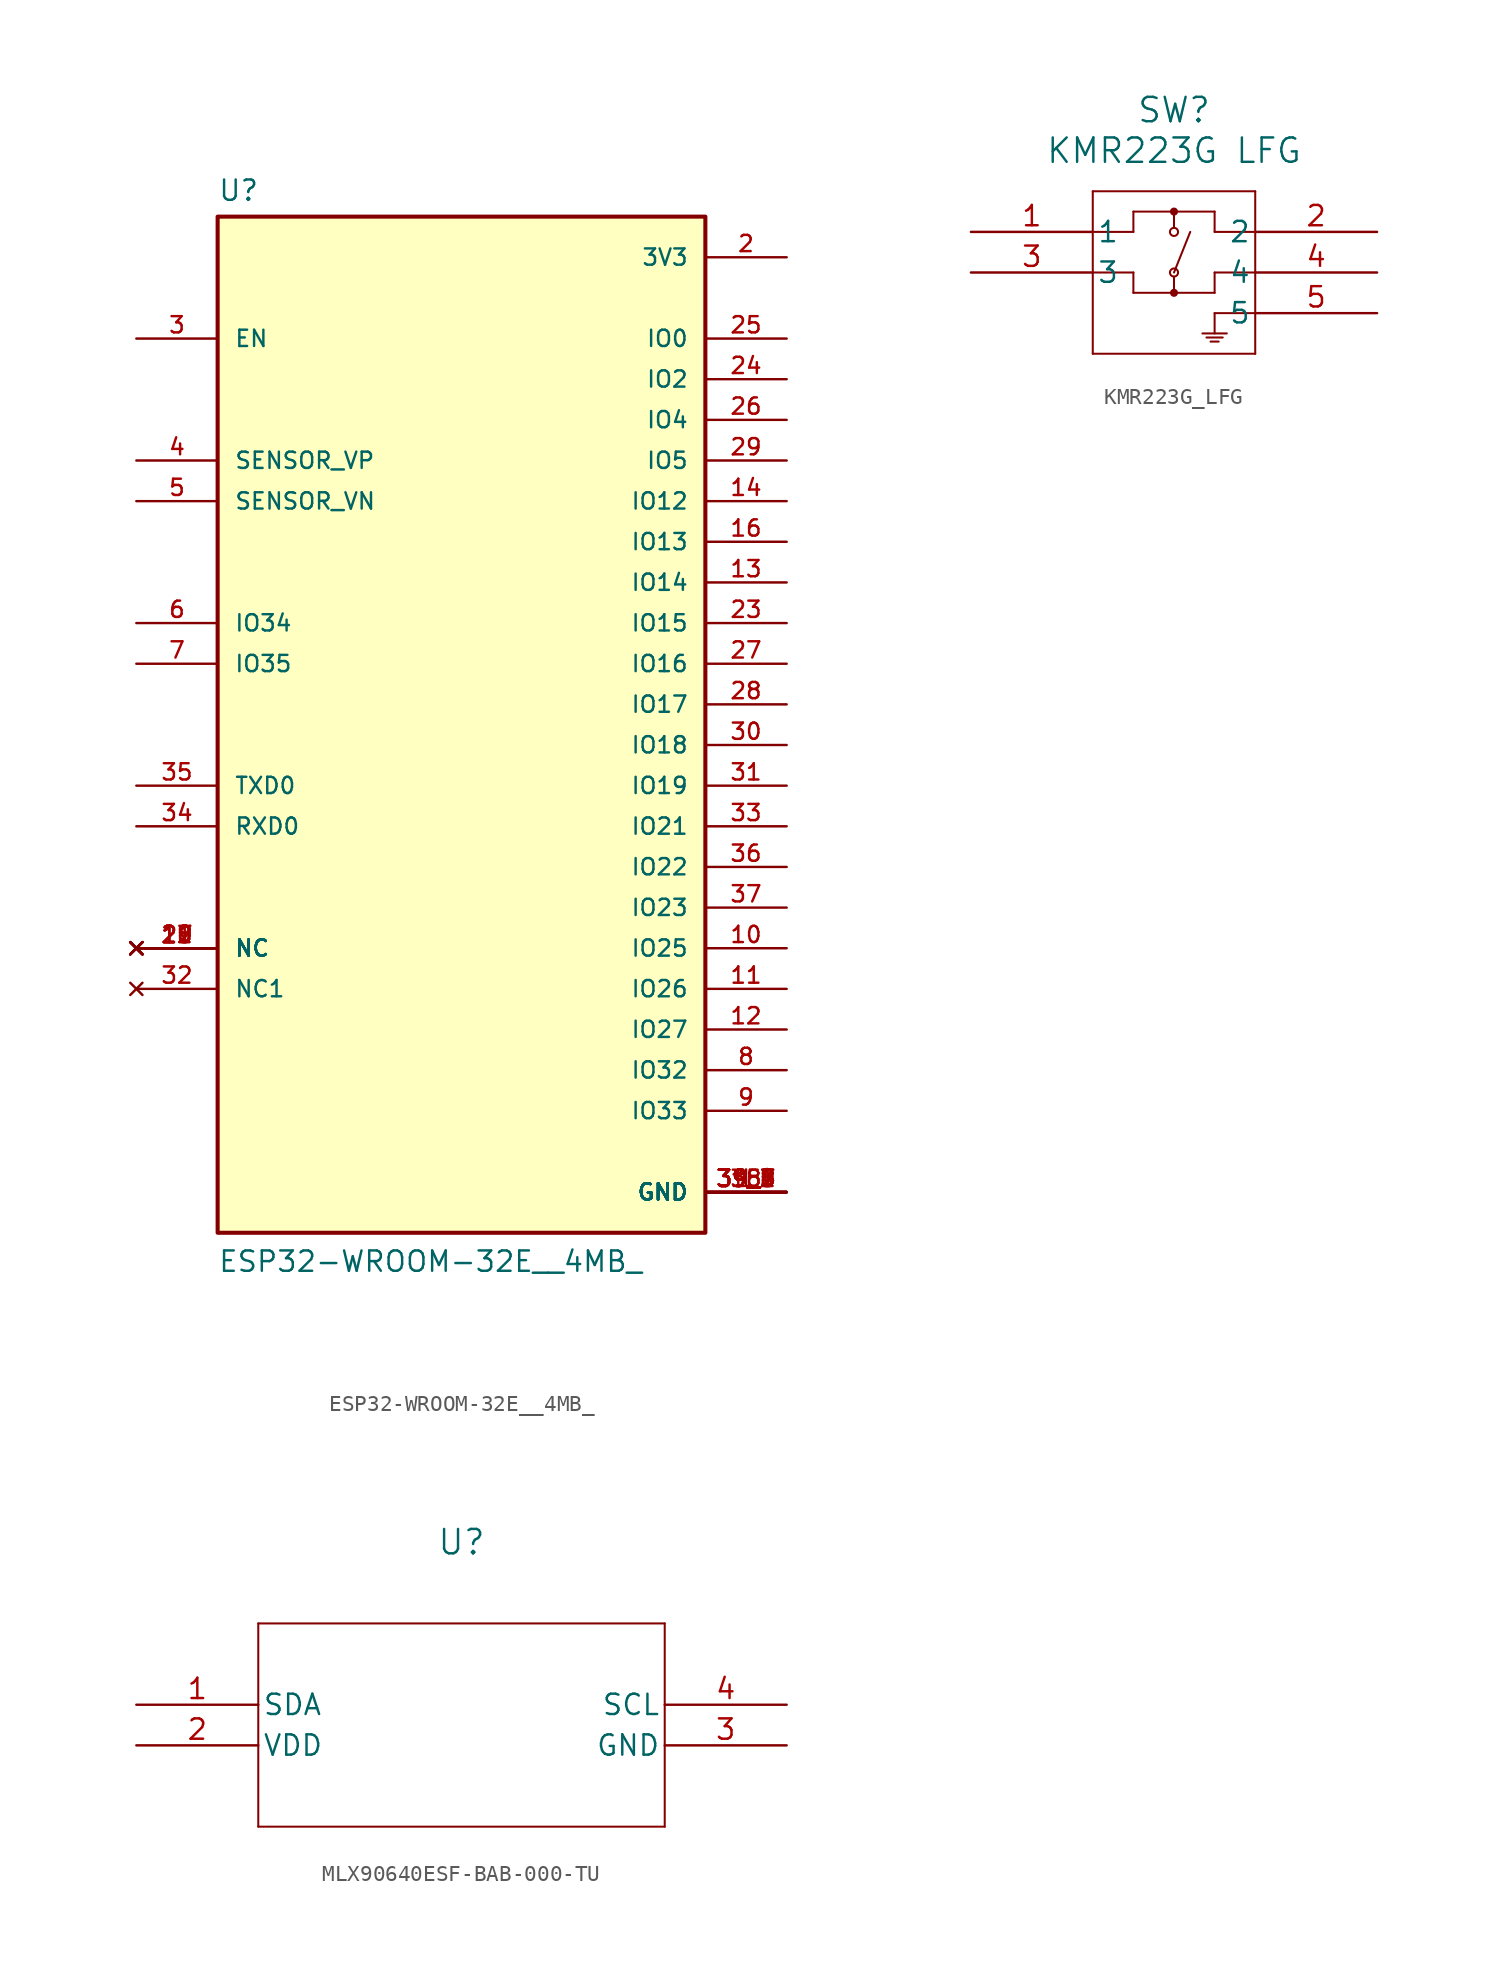
<source format=kicad_sym>
(kicad_symbol_lib
  (version 20220914)
  (generator kicad_symbol_editor)
  (symbol "ESP32-WROOM-32E__4MB_"
    (pin_names
      (offset 1.016))
    (property "Reference" "U"
      (at -15.24 33.909 0)
      (effects (font (size 1.27 1.27)) (justify left bottom)))
    (property "Value" "ESP32-WROOM-32E__4MB_"
      (at -15.24 -33.02 0)
      (effects (font (size 1.27 1.27)) (justify left bottom)))
    (symbol "ESP32-WROOM-32E__4MB__0_0"
      (rectangle (start -15.24 -30.48) (end 15.24 33.02) (stroke (width 0.254) (type default)) (fill (type background)))
      (pin power_in line (at 20.32 -27.94 180) (length 5.08) (name "GND" (effects (font (size 1.016 1.016)))) (number "1" (effects (font (size 1.016 1.016)))))
      (pin bidirectional line (at 20.32 -12.7 180) (length 5.08) (name "IO25" (effects (font (size 1.016 1.016)))) (number "10" (effects (font (size 1.016 1.016)))))
      (pin bidirectional line (at 20.32 -15.24 180) (length 5.08) (name "IO26" (effects (font (size 1.016 1.016)))) (number "11" (effects (font (size 1.016 1.016)))))
      (pin bidirectional line (at 20.32 -17.78 180) (length 5.08) (name "IO27" (effects (font (size 1.016 1.016)))) (number "12" (effects (font (size 1.016 1.016)))))
      (pin bidirectional line (at 20.32 10.16 180) (length 5.08) (name "IO14" (effects (font (size 1.016 1.016)))) (number "13" (effects (font (size 1.016 1.016)))))
      (pin bidirectional line (at 20.32 15.24 180) (length 5.08) (name "IO12" (effects (font (size 1.016 1.016)))) (number "14" (effects (font (size 1.016 1.016)))))
      (pin power_in line (at 20.32 -27.94 180) (length 5.08) (name "GND" (effects (font (size 1.016 1.016)))) (number "15" (effects (font (size 1.016 1.016)))))
      (pin bidirectional line (at 20.32 12.7 180) (length 5.08) (name "IO13" (effects (font (size 1.016 1.016)))) (number "16" (effects (font (size 1.016 1.016)))))
      (pin no_connect line (at -20.32 -12.7 0) (length 5.08) (name "NC" (effects (font (size 1.016 1.016)))) (number "17" (effects (font (size 1.016 1.016)))))
      (pin no_connect line (at -20.32 -12.7 0) (length 5.08) (name "NC" (effects (font (size 1.016 1.016)))) (number "18" (effects (font (size 1.016 1.016)))))
      (pin no_connect line (at -20.32 -12.7 0) (length 5.08) (name "NC" (effects (font (size 1.016 1.016)))) (number "19" (effects (font (size 1.016 1.016)))))
      (pin power_in line (at 20.32 30.48 180) (length 5.08) (name "3V3" (effects (font (size 1.016 1.016)))) (number "2" (effects (font (size 1.016 1.016)))))
      (pin no_connect line (at -20.32 -12.7 0) (length 5.08) (name "NC" (effects (font (size 1.016 1.016)))) (number "20" (effects (font (size 1.016 1.016)))))
      (pin no_connect line (at -20.32 -12.7 0) (length 5.08) (name "NC" (effects (font (size 1.016 1.016)))) (number "21" (effects (font (size 1.016 1.016)))))
      (pin no_connect line (at -20.32 -12.7 0) (length 5.08) (name "NC" (effects (font (size 1.016 1.016)))) (number "22" (effects (font (size 1.016 1.016)))))
      (pin bidirectional line (at 20.32 7.62 180) (length 5.08) (name "IO15" (effects (font (size 1.016 1.016)))) (number "23" (effects (font (size 1.016 1.016)))))
      (pin bidirectional line (at 20.32 22.86 180) (length 5.08) (name "IO2" (effects (font (size 1.016 1.016)))) (number "24" (effects (font (size 1.016 1.016)))))
      (pin bidirectional line (at 20.32 25.4 180) (length 5.08) (name "IO0" (effects (font (size 1.016 1.016)))) (number "25" (effects (font (size 1.016 1.016)))))
      (pin bidirectional line (at 20.32 20.32 180) (length 5.08) (name "IO4" (effects (font (size 1.016 1.016)))) (number "26" (effects (font (size 1.016 1.016)))))
      (pin bidirectional line (at 20.32 5.08 180) (length 5.08) (name "IO16" (effects (font (size 1.016 1.016)))) (number "27" (effects (font (size 1.016 1.016)))))
      (pin bidirectional line (at 20.32 2.54 180) (length 5.08) (name "IO17" (effects (font (size 1.016 1.016)))) (number "28" (effects (font (size 1.016 1.016)))))
      (pin bidirectional line (at 20.32 17.78 180) (length 5.08) (name "IO5" (effects (font (size 1.016 1.016)))) (number "29" (effects (font (size 1.016 1.016)))))
      (pin input line (at -20.32 25.4 0) (length 5.08) (name "EN" (effects (font (size 1.016 1.016)))) (number "3" (effects (font (size 1.016 1.016)))))
      (pin bidirectional line (at 20.32 0 180) (length 5.08) (name "IO18" (effects (font (size 1.016 1.016)))) (number "30" (effects (font (size 1.016 1.016)))))
      (pin bidirectional line (at 20.32 -2.54 180) (length 5.08) (name "IO19" (effects (font (size 1.016 1.016)))) (number "31" (effects (font (size 1.016 1.016)))))
      (pin no_connect line (at -20.32 -15.24 0) (length 5.08) (name "NC1" (effects (font (size 1.016 1.016)))) (number "32" (effects (font (size 1.016 1.016)))))
      (pin bidirectional line (at 20.32 -5.08 180) (length 5.08) (name "IO21" (effects (font (size 1.016 1.016)))) (number "33" (effects (font (size 1.016 1.016)))))
      (pin bidirectional line (at -20.32 -5.08 0) (length 5.08) (name "RXD0" (effects (font (size 1.016 1.016)))) (number "34" (effects (font (size 1.016 1.016)))))
      (pin bidirectional line (at -20.32 -2.54 0) (length 5.08) (name "TXD0" (effects (font (size 1.016 1.016)))) (number "35" (effects (font (size 1.016 1.016)))))
      (pin bidirectional line (at 20.32 -7.62 180) (length 5.08) (name "IO22" (effects (font (size 1.016 1.016)))) (number "36" (effects (font (size 1.016 1.016)))))
      (pin bidirectional line (at 20.32 -10.16 180) (length 5.08) (name "IO23" (effects (font (size 1.016 1.016)))) (number "37" (effects (font (size 1.016 1.016)))))
      (pin power_in line (at 20.32 -27.94 180) (length 5.08) (name "GND" (effects (font (size 1.016 1.016)))) (number "38" (effects (font (size 1.016 1.016)))))
      (pin power_in line (at 20.32 -27.94 180) (length 5.08) (name "GND" (effects (font (size 1.016 1.016)))) (number "39_1" (effects (font (size 1.016 1.016)))))
      (pin power_in line (at 20.32 -27.94 180) (length 5.08) (name "GND" (effects (font (size 1.016 1.016)))) (number "39_2" (effects (font (size 1.016 1.016)))))
      (pin power_in line (at 20.32 -27.94 180) (length 5.08) (name "GND" (effects (font (size 1.016 1.016)))) (number "39_3" (effects (font (size 1.016 1.016)))))
      (pin power_in line (at 20.32 -27.94 180) (length 5.08) (name "GND" (effects (font (size 1.016 1.016)))) (number "39_4" (effects (font (size 1.016 1.016)))))
      (pin power_in line (at 20.32 -27.94 180) (length 5.08) (name "GND" (effects (font (size 1.016 1.016)))) (number "39_5" (effects (font (size 1.016 1.016)))))
      (pin power_in line (at 20.32 -27.94 180) (length 5.08) (name "GND" (effects (font (size 1.016 1.016)))) (number "39_6" (effects (font (size 1.016 1.016)))))
      (pin power_in line (at 20.32 -27.94 180) (length 5.08) (name "GND" (effects (font (size 1.016 1.016)))) (number "39_7" (effects (font (size 1.016 1.016)))))
      (pin power_in line (at 20.32 -27.94 180) (length 5.08) (name "GND" (effects (font (size 1.016 1.016)))) (number "39_8" (effects (font (size 1.016 1.016)))))
      (pin power_in line (at 20.32 -27.94 180) (length 5.08) (name "GND" (effects (font (size 1.016 1.016)))) (number "39_9" (effects (font (size 1.016 1.016)))))
      (pin input line (at -20.32 17.78 0) (length 5.08) (name "SENSOR_VP" (effects (font (size 1.016 1.016)))) (number "4" (effects (font (size 1.016 1.016)))))
      (pin input line (at -20.32 15.24 0) (length 5.08) (name "SENSOR_VN" (effects (font (size 1.016 1.016)))) (number "5" (effects (font (size 1.016 1.016)))))
      (pin input line (at -20.32 7.62 0) (length 5.08) (name "IO34" (effects (font (size 1.016 1.016)))) (number "6" (effects (font (size 1.016 1.016)))))
      (pin input line (at -20.32 5.08 0) (length 5.08) (name "IO35" (effects (font (size 1.016 1.016)))) (number "7" (effects (font (size 1.016 1.016)))))
      (pin bidirectional line (at 20.32 -20.32 180) (length 5.08) (name "IO32" (effects (font (size 1.016 1.016)))) (number "8" (effects (font (size 1.016 1.016)))))
      (pin bidirectional line (at 20.32 -22.86 180) (length 5.08) (name "IO33" (effects (font (size 1.016 1.016)))) (number "9" (effects (font (size 1.016 1.016)))))))
  (symbol "KMR223G_LFG"
    (pin_names
      (offset 0.254))
    (property "Reference" "SW"
      (at 12.7 7.62 0)
      (effects (font (size 1.524 1.524))))
    (property "Value" "KMR223G LFG"
      (at 12.7 5.08 0)
      (effects (font (size 1.524 1.524))))
    (property "ki_locked" ""
      (at 0 0 0)
      (effects (font (size 1.27 1.27))))
    (symbol "KMR223G_LFG_0_1"
      (polyline (pts (xy 7.62 -7.62) (xy 17.78 -7.62)) (stroke (width 0.127) (type default)) (fill (type none)))
      (polyline (pts (xy 7.62 0) (xy 10.16 0)) (stroke (width 0.127) (type default)) (fill (type none)))
      (polyline (pts (xy 7.62 2.54) (xy 7.62 -7.62)) (stroke (width 0.127) (type default)) (fill (type none)))
      (polyline (pts (xy 10.16 -3.81) (xy 10.16 -2.54)) (stroke (width 0.127) (type default)) (fill (type none)))
      (polyline (pts (xy 10.16 -2.54) (xy 7.62 -2.54)) (stroke (width 0.127) (type default)) (fill (type none)))
      (polyline (pts (xy 10.16 0) (xy 10.16 1.27)) (stroke (width 0.127) (type default)) (fill (type none)))
      (polyline (pts (xy 10.16 1.27) (xy 15.24 1.27)) (stroke (width 0.127) (type default)) (fill (type none)))
      (polyline (pts (xy 12.7 -2.794) (xy 12.7 -3.81)) (stroke (width 0.127) (type default)) (fill (type none)))
      (polyline (pts (xy 12.7 1.27) (xy 12.7 0.254)) (stroke (width 0.127) (type default)) (fill (type none)))
      (polyline (pts (xy 13.716 0) (xy 12.7 -2.54)) (stroke (width 0.127) (type default)) (fill (type none)))
      (polyline (pts (xy 14.478 -6.35) (xy 16.002 -6.35)) (stroke (width 0.127) (type default)) (fill (type none)))
      (polyline (pts (xy 14.986 -6.858) (xy 15.494 -6.858)) (stroke (width 0.127) (type default)) (fill (type none)))
      (polyline (pts (xy 15.24 -5.08) (xy 15.24 -6.35)) (stroke (width 0.127) (type default)) (fill (type none)))
      (polyline (pts (xy 15.24 -3.81) (xy 10.16 -3.81)) (stroke (width 0.127) (type default)) (fill (type none)))
      (polyline (pts (xy 15.24 -2.54) (xy 15.24 -3.81)) (stroke (width 0.127) (type default)) (fill (type none)))
      (polyline (pts (xy 15.24 0) (xy 17.78 0)) (stroke (width 0.127) (type default)) (fill (type none)))
      (polyline (pts (xy 15.24 1.27) (xy 15.24 0)) (stroke (width 0.127) (type default)) (fill (type none)))
      (polyline (pts (xy 15.748 -6.604) (xy 14.732 -6.604)) (stroke (width 0.127) (type default)) (fill (type none)))
      (polyline (pts (xy 17.78 -7.62) (xy 17.78 2.54)) (stroke (width 0.127) (type default)) (fill (type none)))
      (polyline (pts (xy 17.78 -5.08) (xy 15.24 -5.08)) (stroke (width 0.127) (type default)) (fill (type none)))
      (polyline (pts (xy 17.78 -2.54) (xy 15.24 -2.54)) (stroke (width 0.127) (type default)) (fill (type none)))
      (polyline (pts (xy 17.78 2.54) (xy 7.62 2.54)) (stroke (width 0.127) (type default)) (fill (type none)))
      (circle (center 12.7 -3.81) (radius 0.127) (stroke (width 0.254) (type default)) (fill (type none)))
      (circle (center 12.7 -2.54) (radius 0.254) (stroke (width 0.127) (type default)) (fill (type none)))
      (circle (center 12.7 0) (radius 0.254) (stroke (width 0.127) (type default)) (fill (type none)))
      (circle (center 12.7 1.27) (radius 0.127) (stroke (width 0.254) (type default)) (fill (type none)))
      (pin unspecified line (at 0 0 0) (length 7.62) (name "1" (effects (font (size 1.27 1.27)))) (number "1" (effects (font (size 1.27 1.27)))))
      (pin unspecified line (at 25.4 0 180) (length 7.62) (name "2" (effects (font (size 1.27 1.27)))) (number "2" (effects (font (size 1.27 1.27)))))
      (pin unspecified line (at 0 -2.54 0) (length 7.62) (name "3" (effects (font (size 1.27 1.27)))) (number "3" (effects (font (size 1.27 1.27)))))
      (pin unspecified line (at 25.4 -2.54 180) (length 7.62) (name "4" (effects (font (size 1.27 1.27)))) (number "4" (effects (font (size 1.27 1.27)))))
      (pin unspecified line (at 25.4 -5.08 180) (length 7.62) (name "5" (effects (font (size 1.27 1.27)))) (number "5" (effects (font (size 1.27 1.27)))))))
  (symbol "MLX90640ESF-BAB-000-TU"
    (pin_names
      (offset 0.254))
    (property "Reference" "U"
      (at 20.32 10.16 0)
      (effects (font (size 1.524 1.524))))
    (property "ki_locked" ""
      (at 0 0 0)
      (effects (font (size 1.27 1.27))))
    (symbol "MLX90640ESF-BAB-000-TU_0_1"
      (polyline (pts (xy 7.62 -7.62) (xy 33.02 -7.62)) (stroke (width 0.127) (type default)) (fill (type none)))
      (polyline (pts (xy 7.62 5.08) (xy 7.62 -7.62)) (stroke (width 0.127) (type default)) (fill (type none)))
      (polyline (pts (xy 33.02 -7.62) (xy 33.02 5.08)) (stroke (width 0.127) (type default)) (fill (type none)))
      (polyline (pts (xy 33.02 5.08) (xy 7.62 5.08)) (stroke (width 0.127) (type default)) (fill (type none)))
      (pin bidirectional line (at 0 0 0) (length 7.62) (name "SDA" (effects (font (size 1.27 1.27)))) (number "1" (effects (font (size 1.27 1.27)))))
      (pin power_in line (at 0 -2.54 0) (length 7.62) (name "VDD" (effects (font (size 1.27 1.27)))) (number "2" (effects (font (size 1.27 1.27)))))
      (pin power_out line (at 40.64 -2.54 180) (length 7.62) (name "GND" (effects (font (size 1.27 1.27)))) (number "3" (effects (font (size 1.27 1.27)))))
      (pin input line (at 40.64 0 180) (length 7.62) (name "SCL" (effects (font (size 1.27 1.27)))) (number "4" (effects (font (size 1.27 1.27))))))))
</source>
